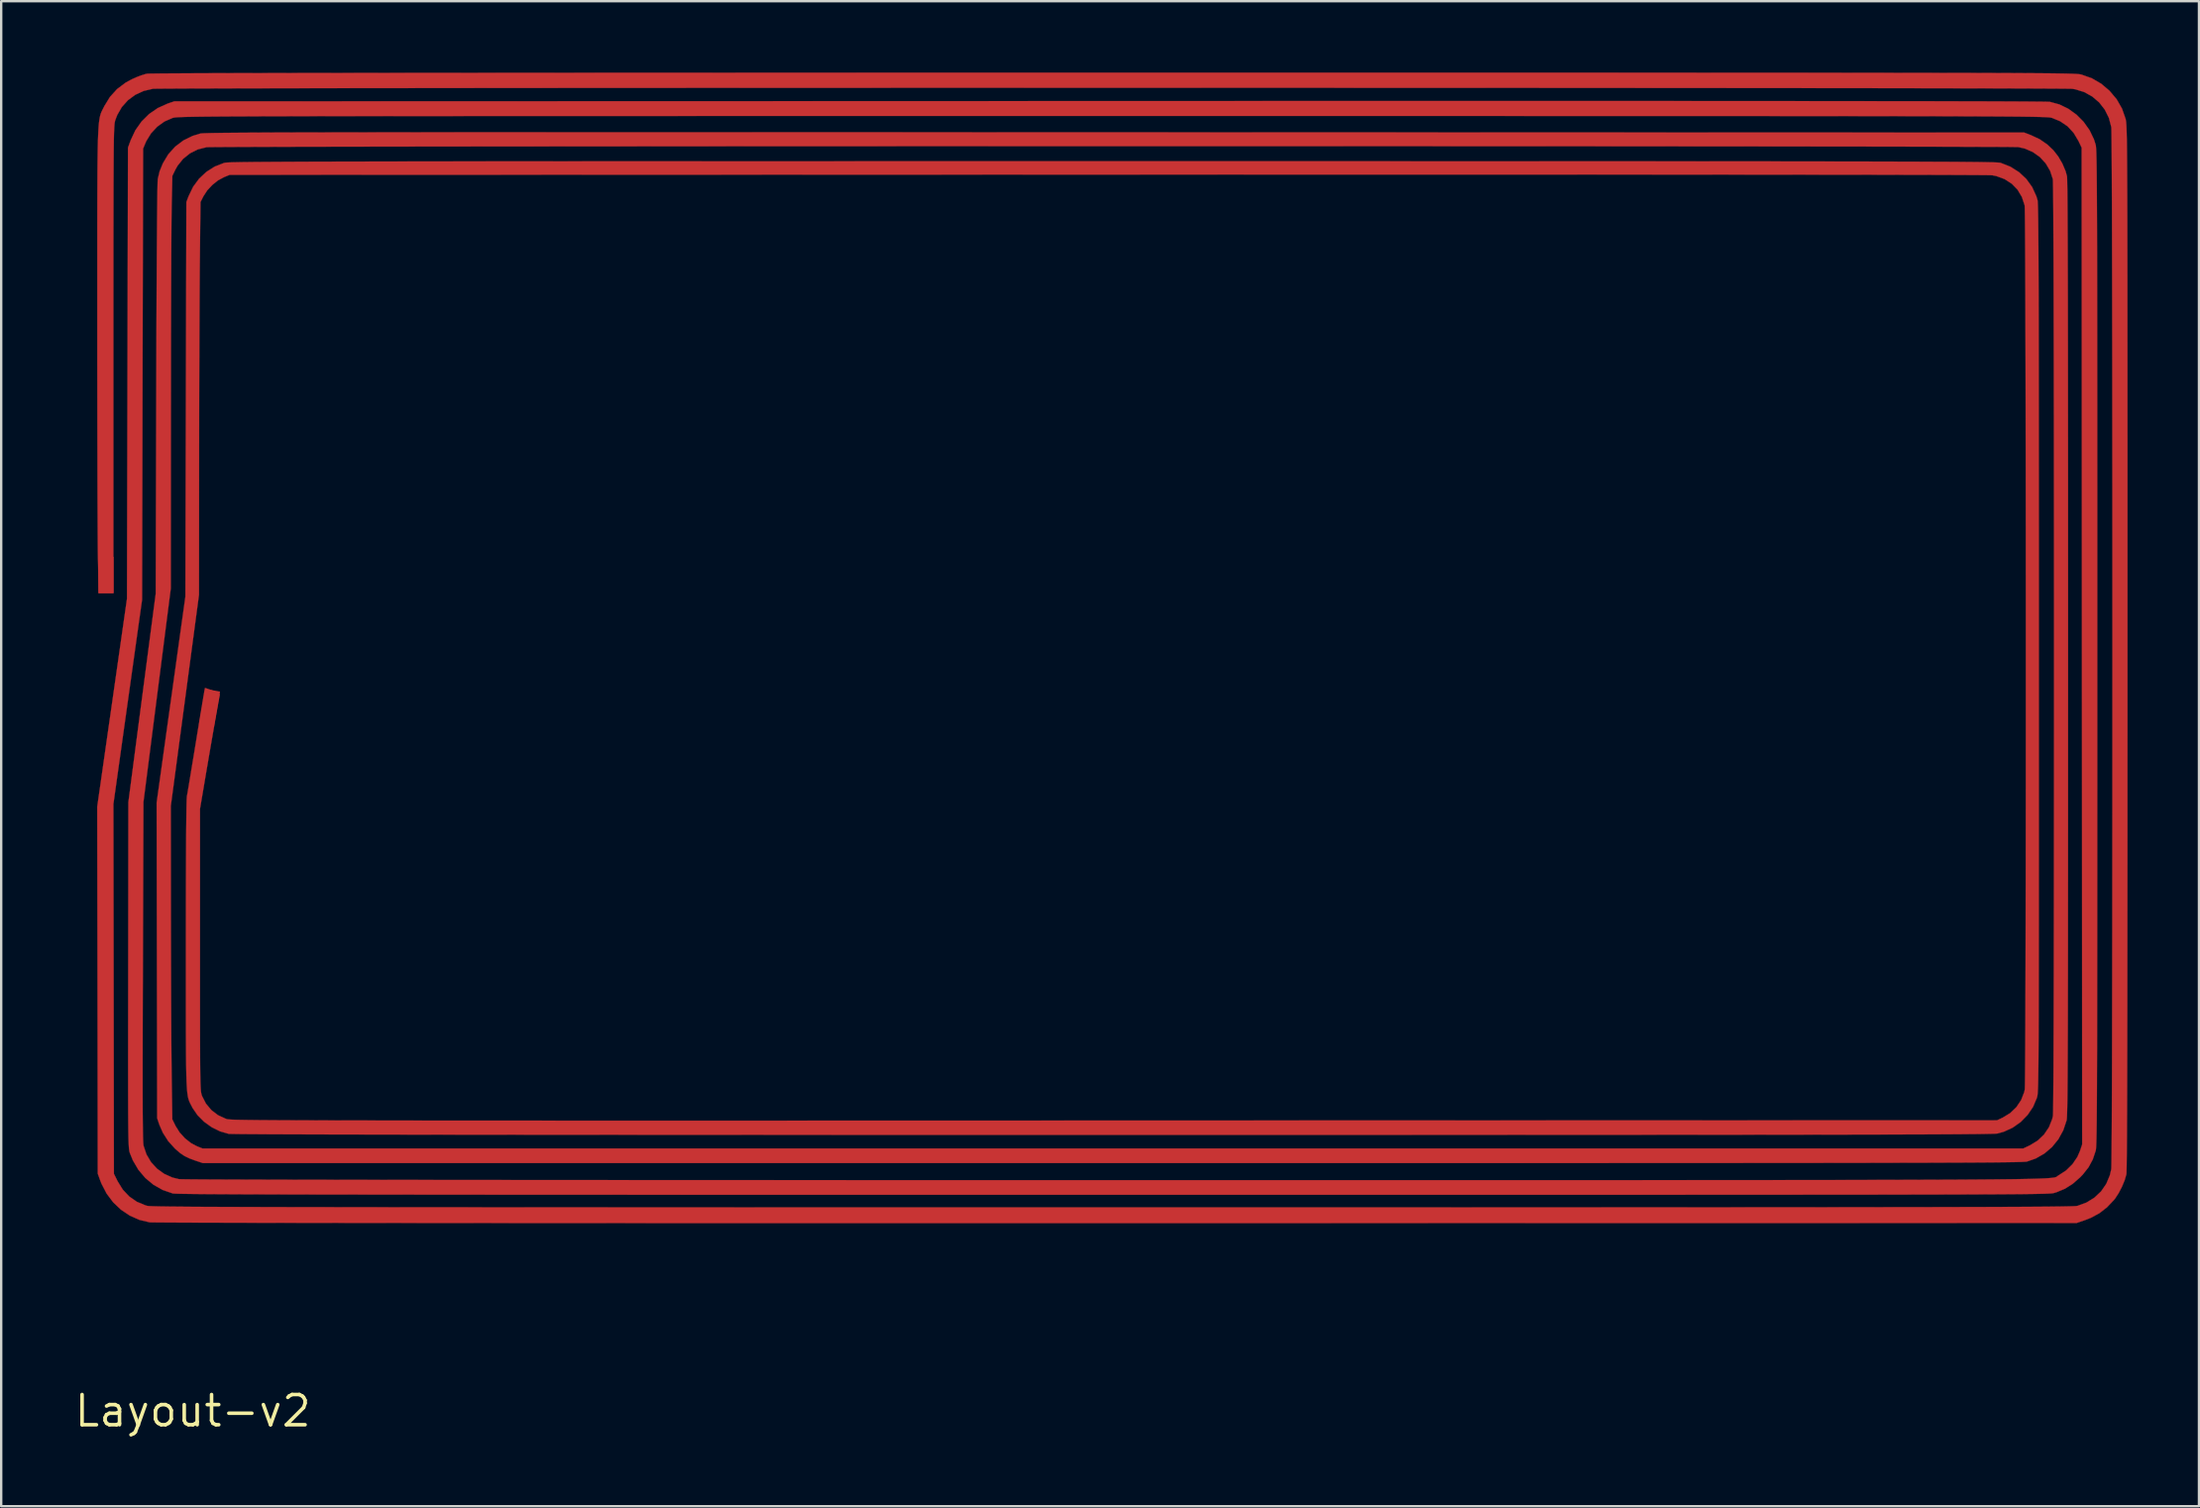
<source format=kicad_pcb>
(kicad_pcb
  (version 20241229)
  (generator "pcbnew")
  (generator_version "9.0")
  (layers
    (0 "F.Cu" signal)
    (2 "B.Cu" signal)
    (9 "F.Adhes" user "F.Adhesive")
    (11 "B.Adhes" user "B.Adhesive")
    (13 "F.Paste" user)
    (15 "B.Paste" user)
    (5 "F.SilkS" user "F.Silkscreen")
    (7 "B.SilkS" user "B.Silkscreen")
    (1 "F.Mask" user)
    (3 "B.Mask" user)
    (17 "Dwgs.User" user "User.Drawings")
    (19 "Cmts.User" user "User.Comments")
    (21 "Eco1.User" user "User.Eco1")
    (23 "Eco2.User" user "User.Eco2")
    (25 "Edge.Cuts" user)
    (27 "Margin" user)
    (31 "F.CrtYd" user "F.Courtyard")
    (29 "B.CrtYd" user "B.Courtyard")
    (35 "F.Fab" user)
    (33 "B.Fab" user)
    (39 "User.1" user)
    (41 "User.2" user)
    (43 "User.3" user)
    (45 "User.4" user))
  (footprint "Layout-v2"
    (layer "F.Cu")
    (at 43.457 23.923)
    (property "Reference" "Layout-v2" (at -38.4 32.35 0) (layer "F.SilkS") (effects (font (size 1.27 1.27) (thickness 0.15))))
    (attr through_hole)
    (fp_poly (pts (xy 2.52 -23.918) (xy 4.659 -23.918) (xy 6.717 -23.918) (xy 8.695 -23.918) (xy 10.594 -23.918) (xy 12.417 -23.918) (xy 14.165 -23.918) (xy 15.839 -23.918) (xy 17.442 -23.918) (xy 18.974 -23.918) (xy 20.437 -23.918) (xy 21.834 -23.917) (xy 23.164 -23.917) (xy 24.431 -23.917) (xy 25.636 -23.916) (xy 26.78 -23.916) (xy 27.864 -23.916) (xy 28.891 -23.915) (xy 29.863 -23.914) (xy 30.779 -23.914) (xy 31.644 -23.913) (xy 32.457 -23.912) (xy 33.22 -23.911) (xy 33.935 -23.91) (xy 34.605 -23.909) (xy 35.229 -23.908) (xy 35.81 -23.907) (xy 36.35 -23.906) (xy 36.849 -23.905) (xy 37.31 -23.903) (xy 37.735 -23.902) (xy 38.124 -23.9) (xy 38.48 -23.898) (xy 38.803 -23.896) (xy 39.096 -23.894) (xy 39.361 -23.892) (xy 39.598 -23.89) (xy 39.81 -23.888) (xy 39.997 -23.885) (xy 40.162 -23.882) (xy 40.307 -23.88) (xy 40.432 -23.877) (xy 40.539 -23.874) (xy 40.63 -23.871) (xy 40.707 -23.867) (xy 40.771 -23.864) (xy 40.824 -23.86) (xy 40.867 -23.856) (xy 40.903 -23.852) (xy 40.931 -23.848) (xy 40.955 -23.844) (xy 40.975 -23.84) (xy 40.994 -23.835) (xy 40.999 -23.834) (xy 41.429 -23.681) (xy 41.822 -23.452) (xy 42.167 -23.16) (xy 42.47 -22.801) (xy 42.696 -22.406) (xy 42.841 -21.992) (xy 42.848 -21.967) (xy 42.854 -21.94) (xy 42.859 -21.91) (xy 42.865 -21.873) (xy 42.87 -21.829) (xy 42.874 -21.775) (xy 42.879 -21.708) (xy 42.883 -21.626) (xy 42.887 -21.528) (xy 42.891 -21.411) (xy 42.894 -21.273) (xy 42.898 -21.112) (xy 42.901 -20.925) (xy 42.903 -20.71) (xy 42.906 -20.466) (xy 42.908 -20.189) (xy 42.91 -19.878) (xy 42.912 -19.531) (xy 42.914 -19.146) (xy 42.916 -18.719) (xy 42.917 -18.25) (xy 42.919 -17.736) (xy 42.92 -17.174) (xy 42.921 -16.563) (xy 42.922 -15.9) (xy 42.923 -15.184) (xy 42.923 -14.411) (xy 42.924 -13.58) (xy 42.924 -12.689) (xy 42.925 -11.735) (xy 42.925 -10.717) (xy 42.925 -9.631) (xy 42.926 -8.477) (xy 42.926 -7.251) (xy 42.926 -5.952) (xy 42.926 -4.577) (xy 42.926 -3.125) (xy 42.926 -1.592) (xy 42.926 0.023) (xy 42.926 0.259) (xy 42.926 2.023) (xy 42.926 3.703) (xy 42.925 5.302) (xy 42.925 6.82) (xy 42.925 8.258) (xy 42.924 9.618) (xy 42.923 10.901) (xy 42.922 12.109) (xy 42.921 13.242) (xy 42.92 14.302) (xy 42.919 15.29) (xy 42.917 16.208) (xy 42.916 17.057) (xy 42.914 17.838) (xy 42.912 18.553) (xy 42.91 19.202) (xy 42.908 19.787) (xy 42.905 20.31) (xy 42.903 20.771) (xy 42.9 21.172) (xy 42.897 21.514) (xy 42.894 21.799) (xy 42.891 22.028) (xy 42.888 22.201) (xy 42.884 22.321) (xy 42.881 22.389) (xy 42.879 22.403) (xy 42.806 22.653) (xy 42.691 22.928) (xy 42.552 23.195) (xy 42.405 23.421) (xy 42.363 23.473) (xy 42.063 23.789) (xy 41.747 24.035) (xy 41.393 24.227) (xy 41.127 24.331) (xy 40.788 24.448) (xy 0.423 24.453) (xy -1.756 24.453) (xy -3.888 24.453) (xy -5.971 24.453) (xy -8.005 24.453) (xy -9.988 24.453) (xy -11.918 24.453) (xy -13.796 24.453) (xy -15.62 24.453) (xy -17.388 24.452) (xy -19.099 24.452) (xy -20.753 24.451) (xy -22.347 24.45) (xy -23.882 24.45) (xy -25.356 24.449) (xy -26.767 24.448) (xy -28.115 24.447) (xy -29.398 24.446) (xy -30.616 24.445) (xy -31.766 24.444) (xy -32.848 24.442) (xy -33.862 24.441) (xy -34.804 24.44) (xy -35.676 24.438) (xy -36.474 24.437) (xy -37.199 24.435) (xy -37.849 24.433) (xy -38.422 24.432) (xy -38.919 24.43) (xy -39.337 24.428) (xy -39.675 24.426) (xy -39.933 24.424) (xy -40.108 24.422) (xy -40.201 24.42) (xy -40.215 24.419) (xy -40.648 24.316) (xy -41.053 24.136) (xy -41.423 23.888) (xy -41.75 23.577) (xy -42.025 23.21) (xy -42.241 22.794) (xy -42.298 22.648) (xy -42.397 22.373) (xy -42.408 14.659) (xy -42.42 6.945) (xy -41.794 2.573) (xy -41.169 -1.799) (xy -41.127 -20.765) (xy -41.013 -21.077) (xy -40.818 -21.493) (xy -40.558 -21.862) (xy -40.24 -22.178) (xy -39.872 -22.431) (xy -39.463 -22.615) (xy -39.458 -22.617) (xy -39.179 -22.712) (xy 0.106 -22.724) (xy 2.503 -22.724) (xy 4.816 -22.725) (xy 7.046 -22.726) (xy 9.194 -22.726) (xy 11.261 -22.726) (xy 13.247 -22.726) (xy 15.154 -22.727) (xy 16.982 -22.727) (xy 18.732 -22.727) (xy 20.405 -22.726) (xy 22.002 -22.726) (xy 23.524 -22.726) (xy 24.971 -22.725) (xy 26.344 -22.725) (xy 27.644 -22.724) (xy 28.873 -22.723) (xy 30.03 -22.722) (xy 31.118 -22.721) (xy 32.135 -22.72) (xy 33.085 -22.719) (xy 33.966 -22.718) (xy 34.781 -22.717) (xy 35.529 -22.715) (xy 36.212 -22.713) (xy 36.831 -22.712) (xy 37.387 -22.71) (xy 37.88 -22.708) (xy 38.311 -22.706) (xy 38.681 -22.704) (xy 38.991 -22.701) (xy 39.242 -22.699) (xy 39.434 -22.697) (xy 39.569 -22.694) (xy 39.647 -22.691) (xy 39.666 -22.69) (xy 40.063 -22.582) (xy 40.438 -22.4) (xy 40.781 -22.153) (xy 41.081 -21.851) (xy 41.329 -21.503) (xy 41.514 -21.12) (xy 41.589 -20.885) (xy 41.594 -20.86) (xy 41.599 -20.824) (xy 41.603 -20.775) (xy 41.608 -20.711) (xy 41.612 -20.629) (xy 41.616 -20.527) (xy 41.619 -20.403) (xy 41.623 -20.256) (xy 41.626 -20.082) (xy 41.629 -19.879) (xy 41.632 -19.646) (xy 41.634 -19.38) (xy 41.637 -19.08) (xy 41.639 -18.741) (xy 41.641 -18.364) (xy 41.643 -17.945) (xy 41.645 -17.482) (xy 41.646 -16.973) (xy 41.648 -16.416) (xy 41.649 -15.808) (xy 41.65 -15.148) (xy 41.651 -14.434) (xy 41.652 -13.662) (xy 41.653 -12.831) (xy 41.653 -11.939) (xy 41.654 -10.983) (xy 41.655 -9.962) (xy 41.655 -8.872) (xy 41.655 -7.713) (xy 41.656 -6.481) (xy 41.656 -5.175) (xy 41.656 -3.792) (xy 41.656 -2.331) (xy 41.656 -0.788) (xy 41.656 0.262) (xy 41.656 1.863) (xy 41.656 3.382) (xy 41.656 4.82) (xy 41.656 6.18) (xy 41.655 7.464) (xy 41.655 8.674) (xy 41.655 9.813) (xy 41.654 10.882) (xy 41.654 11.884) (xy 41.653 12.821) (xy 41.652 13.695) (xy 41.651 14.508) (xy 41.65 15.262) (xy 41.649 15.96) (xy 41.648 16.604) (xy 41.647 17.195) (xy 41.645 17.737) (xy 41.643 18.23) (xy 41.642 18.679) (xy 41.64 19.083) (xy 41.638 19.447) (xy 41.635 19.771) (xy 41.633 20.059) (xy 41.63 20.311) (xy 41.627 20.531) (xy 41.624 20.721) (xy 41.621 20.882) (xy 41.617 21.018) (xy 41.613 21.129) (xy 41.609 21.219) (xy 41.605 21.289) (xy 41.601 21.342) (xy 41.596 21.379) (xy 41.592 21.401) (xy 41.467 21.774) (xy 41.291 22.102) (xy 41.048 22.41) (xy 40.94 22.523) (xy 40.623 22.801) (xy 40.297 23.007) (xy 39.944 23.154) (xy 39.831 23.187) (xy 39.813 23.192) (xy 39.79 23.196) (xy 39.76 23.2) (xy 39.721 23.203) (xy 39.672 23.207) (xy 39.61 23.21) (xy 39.536 23.213) (xy 39.446 23.217) (xy 39.339 23.22) (xy 39.214 23.222) (xy 39.069 23.225) (xy 38.902 23.228) (xy 38.712 23.23) (xy 38.497 23.233) (xy 38.256 23.235) (xy 37.987 23.237) (xy 37.688 23.239) (xy 37.358 23.241) (xy 36.995 23.243) (xy 36.597 23.244) (xy 36.163 23.246) (xy 35.692 23.247) (xy 35.181 23.249) (xy 34.63 23.25) (xy 34.036 23.251) (xy 33.398 23.253) (xy 32.714 23.254) (xy 31.982 23.255) (xy 31.202 23.255) (xy 30.371 23.256) (xy 29.488 23.257) (xy 28.551 23.258) (xy 27.558 23.258) (xy 26.509 23.259) (xy 25.401 23.259) (xy 24.233 23.26) (xy 23.003 23.26) (xy 21.709 23.261) (xy 20.35 23.261) (xy 18.925 23.261) (xy 17.431 23.261) (xy 15.868 23.262) (xy 14.233 23.262) (xy 12.524 23.262) (xy 10.741 23.262) (xy 8.882 23.262) (xy 6.945 23.262) (xy 4.928 23.262) (xy 2.83 23.262) (xy 0.649 23.262) (xy 0.275 23.262) (xy -1.962 23.262) (xy -4.115 23.262) (xy -6.187 23.262) (xy -8.179 23.262) (xy -10.092 23.262) (xy -11.928 23.262) (xy -13.688 23.261) (xy -15.374 23.261) (xy -16.987 23.261) (xy -18.529 23.26) (xy -20.001 23.26) (xy -21.405 23.259) (xy -22.743 23.259) (xy -24.015 23.258) (xy -25.223 23.258) (xy -26.369 23.257) (xy -27.454 23.256) (xy -28.48 23.255) (xy -29.449 23.254) (xy -30.361 23.253) (xy -31.218 23.252) (xy -32.022 23.251) (xy -32.774 23.25) (xy -33.475 23.249) (xy -34.128 23.247) (xy -34.734 23.246) (xy -35.294 23.244) (xy -35.809 23.243) (xy -36.282 23.241) (xy -36.713 23.239) (xy -37.105 23.237) (xy -37.458 23.235) (xy -37.774 23.233) (xy -38.055 23.231) (xy -38.302 23.228) (xy -38.517 23.226) (xy -38.701 23.223) (xy -38.855 23.221) (xy -38.981 23.218) (xy -39.081 23.215) (xy -39.157 23.212) (xy -39.208 23.209) (xy -39.238 23.206) (xy -39.243 23.205) (xy -39.669 23.058) (xy -40.057 22.838) (xy -40.4 22.553) (xy -40.691 22.208) (xy -40.924 21.81) (xy -41.048 21.505) (xy -41.058 21.474) (xy -41.067 21.437) (xy -41.075 21.393) (xy -41.083 21.336) (xy -41.089 21.263) (xy -41.095 21.171) (xy -41.1 21.054) (xy -41.105 20.911) (xy -41.109 20.735) (xy -41.112 20.525) (xy -41.115 20.275) (xy -41.117 19.983) (xy -41.119 19.643) (xy -41.12 19.253) (xy -41.121 18.808) (xy -41.121 18.305) (xy -41.122 17.74) (xy -41.121 17.109) (xy -41.121 16.408) (xy -41.12 15.633) (xy -41.119 14.78) (xy -41.118 14.012) (xy -41.11 6.752) (xy -40.536 2.371) (xy -39.961 -2.011) (xy -39.938 -10.583) (xy -39.935 -11.584) (xy -39.932 -12.538) (xy -39.929 -13.441) (xy -39.925 -14.293) (xy -39.921 -15.089) (xy -39.917 -15.827) (xy -39.913 -16.505) (xy -39.908 -17.119) (xy -39.904 -17.668) (xy -39.899 -18.149) (xy -39.894 -18.56) (xy -39.89 -18.896) (xy -39.885 -19.157) (xy -39.88 -19.338) (xy -39.875 -19.439) (xy -39.873 -19.452) (xy -39.796 -19.774) (xy -39.659 -20.108) (xy -39.432 -20.485) (xy -39.143 -20.806) (xy -38.801 -21.066) (xy -38.41 -21.258) (xy -38.09 -21.356) (xy -38.068 -21.36) (xy -38.034 -21.363) (xy -37.986 -21.367) (xy -37.923 -21.37) (xy -37.842 -21.373) (xy -37.743 -21.376) (xy -37.624 -21.379) (xy -37.482 -21.382) (xy -37.318 -21.384) (xy -37.128 -21.387) (xy -36.911 -21.389) (xy -36.666 -21.391) (xy -36.392 -21.393) (xy -36.086 -21.395) (xy -35.746 -21.397) (xy -35.372 -21.399) (xy -34.962 -21.401) (xy -34.514 -21.402) (xy -34.026 -21.404) (xy -33.498 -21.405) (xy -32.926 -21.406) (xy -32.311 -21.407) (xy -31.649 -21.408) (xy -30.94 -21.409) (xy -30.182 -21.41) (xy -29.373 -21.411) (xy -28.512 -21.412) (xy -27.597 -21.412) (xy -26.627 -21.413) (xy -25.599 -21.413) (xy -24.513 -21.413) (xy -23.366 -21.414) (xy -22.158 -21.414) (xy -20.886 -21.414) (xy -19.549 -21.414) (xy -18.145 -21.414) (xy -16.673 -21.414) (xy -15.13 -21.414) (xy -13.517 -21.413) (xy -11.83 -21.413) (xy -10.069 -21.413) (xy -8.231 -21.412) (xy -6.315 -21.412) (xy -4.32 -21.411) (xy -2.244 -21.411) (xy -0.085 -21.41) (xy 0.388 -21.41) (xy 38.587 -21.399) (xy 38.87 -21.289) (xy 39.24 -21.115) (xy 39.556 -20.897) (xy 39.812 -20.654) (xy 40.012 -20.397) (xy 40.188 -20.096) (xy 40.321 -19.784) (xy 40.382 -19.566) (xy 40.386 -19.519) (xy 40.39 -19.416) (xy 40.393 -19.257) (xy 40.397 -19.038) (xy 40.4 -18.761) (xy 40.403 -18.423) (xy 40.406 -18.023) (xy 40.408 -17.56) (xy 40.411 -17.032) (xy 40.413 -16.439) (xy 40.415 -15.779) (xy 40.417 -15.051) (xy 40.419 -14.254) (xy 40.42 -13.386) (xy 40.422 -12.446) (xy 40.423 -11.434) (xy 40.424 -10.347) (xy 40.425 -9.185) (xy 40.426 -7.946) (xy 40.427 -6.629) (xy 40.427 -5.233) (xy 40.427 -3.757) (xy 40.428 -2.199) (xy 40.428 -0.559) (xy 40.428 0.267) (xy 40.428 1.827) (xy 40.427 3.305) (xy 40.427 4.703) (xy 40.427 6.023) (xy 40.427 7.267) (xy 40.426 8.437) (xy 40.426 9.535) (xy 40.425 10.564) (xy 40.424 11.526) (xy 40.424 12.423) (xy 40.423 13.257) (xy 40.422 14.031) (xy 40.42 14.746) (xy 40.419 15.405) (xy 40.418 16.01) (xy 40.416 16.563) (xy 40.414 17.066) (xy 40.412 17.522) (xy 40.41 17.932) (xy 40.408 18.299) (xy 40.405 18.626) (xy 40.403 18.913) (xy 40.4 19.164) (xy 40.397 19.381) (xy 40.394 19.565) (xy 40.39 19.72) (xy 40.386 19.846) (xy 40.382 19.947) (xy 40.378 20.025) (xy 40.374 20.081) (xy 40.369 20.118) (xy 40.367 20.13) (xy 40.227 20.548) (xy 40.02 20.926) (xy 39.753 21.255) (xy 39.433 21.527) (xy 39.068 21.736) (xy 38.708 21.862) (xy 38.688 21.866) (xy 38.657 21.87) (xy 38.613 21.873) (xy 38.556 21.876) (xy 38.482 21.88) (xy 38.392 21.883) (xy 38.282 21.886) (xy 38.152 21.889) (xy 38 21.891) (xy 37.824 21.894) (xy 37.622 21.896) (xy 37.393 21.899) (xy 37.136 21.901) (xy 36.849 21.903) (xy 36.53 21.905) (xy 36.177 21.907) (xy 35.789 21.909) (xy 35.365 21.91) (xy 34.903 21.912) (xy 34.4 21.914) (xy 33.856 21.915) (xy 33.269 21.916) (xy 32.637 21.917) (xy 31.959 21.919) (xy 31.233 21.92) (xy 30.458 21.921) (xy 29.631 21.922) (xy 28.752 21.923) (xy 27.818 21.923) (xy 26.828 21.924) (xy 25.781 21.925) (xy 24.675 21.925) (xy 23.508 21.926) (xy 22.278 21.926) (xy 20.984 21.927) (xy 19.625 21.927) (xy 18.199 21.927) (xy 16.703 21.928) (xy 15.138 21.928) (xy 13.5 21.928) (xy 11.788 21.928) (xy 10.002 21.928) (xy 8.138 21.929) (xy 6.196 21.929) (xy 4.174 21.929) (xy 2.07 21.929) (xy 0.234 21.929) (xy -37.979 21.929) (xy -38.304 21.82) (xy -38.555 21.727) (xy -38.754 21.629) (xy -38.934 21.507) (xy -39.127 21.341) (xy -39.154 21.316) (xy -39.433 21.008) (xy -39.659 20.655) (xy -39.805 20.323) (xy -39.899 20.045) (xy -39.911 13.411) (xy -39.922 6.776) (xy -38.714 -1.884) (xy -38.693 -10.181) (xy -38.672 -18.479) (xy -38.576 -18.731) (xy -38.388 -19.119) (xy -38.137 -19.46) (xy -37.832 -19.746) (xy -37.482 -19.968) (xy -37.097 -20.119) (xy -37.061 -20.128) (xy -37.041 -20.132) (xy -37.008 -20.136) (xy -36.961 -20.139) (xy -36.899 -20.142) (xy -36.819 -20.145) (xy -36.72 -20.149) (xy -36.601 -20.151) (xy -36.46 -20.154) (xy -36.295 -20.157) (xy -36.104 -20.159) (xy -35.886 -20.162) (xy -35.64 -20.164) (xy -35.364 -20.166) (xy -35.055 -20.168) (xy -34.713 -20.17) (xy -34.336 -20.172) (xy -33.922 -20.174) (xy -33.47 -20.176) (xy -32.978 -20.177) (xy -32.444 -20.179) (xy -31.867 -20.18) (xy -31.245 -20.181) (xy -30.576 -20.183) (xy -29.86 -20.184) (xy -29.093 -20.185) (xy -28.275 -20.186) (xy -27.404 -20.187) (xy -26.479 -20.187) (xy -25.497 -20.188) (xy -24.458 -20.189) (xy -23.359 -20.189) (xy -22.198 -20.19) (xy -20.976 -20.191) (xy -19.688 -20.191) (xy -18.335 -20.191) (xy -16.914 -20.192) (xy -15.424 -20.192) (xy -13.863 -20.192) (xy -12.229 -20.192) (xy -10.522 -20.193) (xy -8.738 -20.193) (xy -6.878 -20.193) (xy -4.938 -20.193) (xy -2.918 -20.193) (xy -0.815 -20.193) (xy 0.276 -20.193) (xy 2.414 -20.193) (xy 4.469 -20.193) (xy 6.443 -20.193) (xy 8.337 -20.193) (xy 10.152 -20.193) (xy 11.892 -20.193) (xy 13.556 -20.192) (xy 15.147 -20.192) (xy 16.667 -20.192) (xy 18.117 -20.192) (xy 19.498 -20.191) (xy 20.813 -20.191) (xy 22.063 -20.191) (xy 23.249 -20.19) (xy 24.374 -20.19) (xy 25.439 -20.189) (xy 26.445 -20.188) (xy 27.395 -20.188) (xy 28.289 -20.187) (xy 29.13 -20.186) (xy 29.919 -20.185) (xy 30.658 -20.184) (xy 31.348 -20.183) (xy 31.991 -20.182) (xy 32.589 -20.18) (xy 33.143 -20.179) (xy 33.656 -20.177) (xy 34.127 -20.176) (xy 34.56 -20.174) (xy 34.956 -20.172) (xy 35.317 -20.171) (xy 35.643 -20.169) (xy 35.938 -20.167) (xy 36.202 -20.164) (xy 36.437 -20.162) (xy 36.644 -20.16) (xy 36.826 -20.157) (xy 36.985 -20.154) (xy 37.12 -20.151) (xy 37.235 -20.149) (xy 37.331 -20.145) (xy 37.41 -20.142) (xy 37.472 -20.139) (xy 37.521 -20.135) (xy 37.557 -20.132) (xy 37.582 -20.128) (xy 37.595 -20.125) (xy 38.006 -19.962) (xy 38.367 -19.734) (xy 38.673 -19.448) (xy 38.917 -19.11) (xy 39.094 -18.724) (xy 39.143 -18.563) (xy 39.148 -18.534) (xy 39.152 -18.481) (xy 39.156 -18.402) (xy 39.16 -18.295) (xy 39.164 -18.158) (xy 39.167 -17.988) (xy 39.171 -17.783) (xy 39.174 -17.542) (xy 39.177 -17.262) (xy 39.179 -16.941) (xy 39.182 -16.577) (xy 39.184 -16.167) (xy 39.186 -15.71) (xy 39.188 -15.203) (xy 39.19 -14.645) (xy 39.191 -14.032) (xy 39.193 -13.364) (xy 39.194 -12.637) (xy 39.195 -11.85) (xy 39.196 -11) (xy 39.197 -10.086) (xy 39.198 -9.104) (xy 39.198 -8.054) (xy 39.199 -6.933) (xy 39.199 -5.738) (xy 39.2 -4.468) (xy 39.2 -3.12) (xy 39.2 -1.693) (xy 39.2 -0.184) (xy 39.2 0.281) (xy 39.2 1.778) (xy 39.2 3.192) (xy 39.2 4.526) (xy 39.2 5.783) (xy 39.2 6.965) (xy 39.2 8.073) (xy 39.2 9.111) (xy 39.199 10.081) (xy 39.199 10.986) (xy 39.199 11.827) (xy 39.198 12.606) (xy 39.197 13.328) (xy 39.196 13.993) (xy 39.195 14.604) (xy 39.194 15.163) (xy 39.193 15.673) (xy 39.191 16.137) (xy 39.19 16.556) (xy 39.188 16.932) (xy 39.186 17.269) (xy 39.184 17.569) (xy 39.181 17.834) (xy 39.178 18.066) (xy 39.175 18.267) (xy 39.172 18.441) (xy 39.169 18.589) (xy 39.165 18.715) (xy 39.161 18.819) (xy 39.156 18.904) (xy 39.152 18.974) (xy 39.147 19.03) (xy 39.142 19.074) (xy 39.136 19.11) (xy 39.13 19.139) (xy 39.123 19.163) (xy 39.117 19.186) (xy 39.117 19.186) (xy 38.957 19.564) (xy 38.728 19.904) (xy 38.44 20.199) (xy 38.103 20.437) (xy 37.728 20.61) (xy 37.47 20.682) (xy 37.445 20.686) (xy 37.401 20.689) (xy 37.337 20.692) (xy 37.252 20.696) (xy 37.143 20.698) (xy 37.01 20.701) (xy 36.85 20.704) (xy 36.663 20.707) (xy 36.446 20.709) (xy 36.198 20.711) (xy 35.917 20.714) (xy 35.602 20.716) (xy 35.252 20.718) (xy 34.864 20.72) (xy 34.437 20.722) (xy 33.969 20.723) (xy 33.46 20.725) (xy 32.907 20.727) (xy 32.308 20.728) (xy 31.663 20.729) (xy 30.969 20.731) (xy 30.226 20.732) (xy 29.431 20.733) (xy 28.582 20.734) (xy 27.68 20.735) (xy 26.72 20.736) (xy 25.703 20.737) (xy 24.627 20.738) (xy 23.489 20.738) (xy 22.289 20.739) (xy 21.025 20.739) (xy 19.695 20.74) (xy 18.297 20.74) (xy 16.831 20.741) (xy 15.295 20.741) (xy 13.686 20.741) (xy 12.003 20.742) (xy 10.246 20.742) (xy 8.411 20.742) (xy 6.499 20.742) (xy 4.506 20.742) (xy 2.432 20.743) (xy 0.275 20.743) (xy 0.272 20.743) (xy -2.066 20.743) (xy -4.321 20.743) (xy -6.493 20.742) (xy -8.582 20.742) (xy -10.59 20.742) (xy -12.517 20.741) (xy -14.365 20.741) (xy -16.133 20.74) (xy -17.822 20.74) (xy -19.434 20.739) (xy -20.969 20.738) (xy -22.429 20.737) (xy -23.813 20.737) (xy -25.122 20.735) (xy -26.358 20.734) (xy -27.521 20.733) (xy -28.611 20.732) (xy -29.631 20.73) (xy -30.58 20.729) (xy -31.459 20.727) (xy -32.269 20.726) (xy -33.011 20.724) (xy -33.686 20.722) (xy -34.294 20.72) (xy -34.836 20.718) (xy -35.313 20.716) (xy -35.726 20.713) (xy -36.075 20.711) (xy -36.362 20.709) (xy -36.586 20.706) (xy -36.75 20.703) (xy -36.853 20.701) (xy -36.896 20.698) (xy -37.259 20.593) (xy -37.608 20.42) (xy -37.929 20.19) (xy -38.202 19.916) (xy -38.412 19.61) (xy -38.434 19.567) (xy -38.469 19.499) (xy -38.501 19.438) (xy -38.529 19.38) (xy -38.555 19.32) (xy -38.578 19.254) (xy -38.598 19.178) (xy -38.616 19.087) (xy -38.631 18.978) (xy -38.644 18.845) (xy -38.655 18.685) (xy -38.665 18.493) (xy -38.672 18.265) (xy -38.678 17.997) (xy -38.683 17.684) (xy -38.687 17.322) (xy -38.689 16.907) (xy -38.691 16.434) (xy -38.692 15.9) (xy -38.693 15.299) (xy -38.693 14.628) (xy -38.693 13.883) (xy -38.693 13.058) (xy -38.693 12.783) (xy -38.692 11.89) (xy -38.691 11.057) (xy -38.69 10.287) (xy -38.688 9.583) (xy -38.685 8.945) (xy -38.682 8.377) (xy -38.679 7.879) (xy -38.674 7.456) (xy -38.67 7.107) (xy -38.665 6.836) (xy -38.659 6.645) (xy -38.653 6.536) (xy -38.651 6.516) (xy -38.636 6.429) (xy -38.608 6.267) (xy -38.57 6.041) (xy -38.523 5.758) (xy -38.469 5.428) (xy -38.408 5.06) (xy -38.342 4.664) (xy -38.274 4.249) (xy -38.268 4.212) (xy -38.201 3.801) (xy -38.137 3.413) (xy -38.078 3.057) (xy -38.025 2.741) (xy -37.981 2.474) (xy -37.946 2.264) (xy -37.921 2.119) (xy -37.908 2.048) (xy -37.908 2.044) (xy -37.888 1.951) (xy -37.573 2.062) (xy -37.416 2.119) (xy -37.324 2.162) (xy -37.281 2.202) (xy -37.273 2.249) (xy -37.278 2.282) (xy -37.342 2.64) (xy -37.418 3.064) (xy -37.501 3.535) (xy -37.588 4.036) (xy -37.677 4.549) (xy -37.764 5.056) (xy -37.847 5.539) (xy -37.868 5.666) (xy -38.1 7.036) (xy -38.1 12.957) (xy -38.1 13.782) (xy -38.1 14.528) (xy -38.1 15.197) (xy -38.099 15.794) (xy -38.099 16.324) (xy -38.098 16.791) (xy -38.096 17.199) (xy -38.095 17.552) (xy -38.092 17.855) (xy -38.089 18.112) (xy -38.086 18.328) (xy -38.082 18.506) (xy -38.077 18.651) (xy -38.071 18.767) (xy -38.065 18.858) (xy -38.057 18.93) (xy -38.049 18.985) (xy -38.039 19.029) (xy -38.029 19.066) (xy -38.017 19.1) (xy -38.012 19.112) (xy -37.849 19.43) (xy -37.621 19.702) (xy -37.338 19.918) (xy -37.011 20.067) (xy -36.956 20.084) (xy -36.938 20.088) (xy -36.909 20.091) (xy -36.868 20.095) (xy -36.813 20.098) (xy -36.743 20.102) (xy -36.656 20.105) (xy -36.551 20.108) (xy -36.425 20.111) (xy -36.277 20.113) (xy -36.106 20.116) (xy -35.909 20.118) (xy -35.686 20.121) (xy -35.434 20.123) (xy -35.153 20.125) (xy -34.839 20.127) (xy -34.492 20.129) (xy -34.11 20.13) (xy -33.692 20.132) (xy -33.235 20.133) (xy -32.739 20.135) (xy -32.201 20.136) (xy -31.619 20.137) (xy -30.993 20.138) (xy -30.321 20.139) (xy -29.6 20.14) (xy -28.83 20.141) (xy -28.009 20.142) (xy -27.134 20.142) (xy -26.205 20.143) (xy -25.22 20.143) (xy -24.176 20.143) (xy -23.074 20.144) (xy -21.91 20.144) (xy -20.683 20.144) (xy -19.392 20.144) (xy -18.035 20.144) (xy -16.61 20.144) (xy -15.116 20.144) (xy -13.551 20.144) (xy -11.913 20.143) (xy -10.202 20.143) (xy -8.414 20.143) (xy -6.549 20.142) (xy -4.604 20.142) (xy -2.579 20.141) (xy -0.471 20.14) (xy 0.36 20.14) (xy 37.444 20.13) (xy 37.686 20.016) (xy 37.996 19.826) (xy 38.256 19.577) (xy 38.455 19.28) (xy 38.584 18.948) (xy 38.607 18.843) (xy 38.611 18.781) (xy 38.615 18.638) (xy 38.618 18.417) (xy 38.621 18.122) (xy 38.624 17.755) (xy 38.627 17.321) (xy 38.63 16.822) (xy 38.633 16.261) (xy 38.635 15.643) (xy 38.637 14.97) (xy 38.639 14.246) (xy 38.641 13.475) (xy 38.643 12.658) (xy 38.645 11.801) (xy 38.646 10.906) (xy 38.648 9.976) (xy 38.649 9.015) (xy 38.65 8.027) (xy 38.651 7.013) (xy 38.652 5.979) (xy 38.652 4.927) (xy 38.653 3.861) (xy 38.653 2.783) (xy 38.653 1.698) (xy 38.653 0.608) (xy 38.653 -0.483) (xy 38.653 -1.572) (xy 38.652 -2.655) (xy 38.651 -3.729) (xy 38.651 -4.791) (xy 38.65 -5.837) (xy 38.649 -6.864) (xy 38.648 -7.869) (xy 38.646 -8.848) (xy 38.645 -9.799) (xy 38.643 -10.717) (xy 38.641 -11.599) (xy 38.639 -12.443) (xy 38.637 -13.244) (xy 38.635 -13.999) (xy 38.633 -14.706) (xy 38.63 -15.36) (xy 38.628 -15.958) (xy 38.625 -16.498) (xy 38.622 -16.975) (xy 38.619 -17.386) (xy 38.616 -17.728) (xy 38.612 -17.998) (xy 38.609 -18.192) (xy 38.605 -18.307) (xy 38.603 -18.339) (xy 38.487 -18.691) (xy 38.305 -18.997) (xy 38.061 -19.249) (xy 37.763 -19.442) (xy 37.417 -19.569) (xy 37.244 -19.604) (xy 37.185 -19.606) (xy 37.043 -19.609) (xy 36.817 -19.611) (xy 36.509 -19.613) (xy 36.119 -19.615) (xy 35.648 -19.617) (xy 35.098 -19.619) (xy 34.467 -19.621) (xy 33.758 -19.622) (xy 32.971 -19.624) (xy 32.107 -19.626) (xy 31.166 -19.627) (xy 30.15 -19.628) (xy 29.058 -19.629) (xy 27.893 -19.63) (xy 26.654 -19.631) (xy 25.342 -19.632) (xy 23.958 -19.633) (xy 22.503 -19.634) (xy 20.978 -19.634) (xy 19.382 -19.635) (xy 17.718 -19.635) (xy 15.985 -19.635) (xy 14.185 -19.635) (xy 12.319 -19.635) (xy 10.386 -19.635) (xy 8.388 -19.635) (xy 6.325 -19.635) (xy 4.199 -19.634) (xy 2.009 -19.634) (xy 0.064 -19.633) (xy -36.851 -19.622) (xy -37.096 -19.523) (xy -37.344 -19.388) (xy -37.586 -19.194) (xy -37.799 -18.964) (xy -37.954 -18.725) (xy -38.079 -18.479) (xy -38.105 -16.171) (xy -38.109 -15.841) (xy -38.112 -15.434) (xy -38.115 -14.957) (xy -38.118 -14.418) (xy -38.121 -13.826) (xy -38.124 -13.186) (xy -38.127 -12.507) (xy -38.129 -11.797) (xy -38.131 -11.063) (xy -38.133 -10.313) (xy -38.135 -9.554) (xy -38.136 -8.793) (xy -38.137 -8.04) (xy -38.137 -7.916) (xy -38.142 -1.967) (xy -38.735 2.477) (xy -39.328 6.92) (xy -39.323 11.683) (xy -39.322 12.356) (xy -39.32 13.035) (xy -39.318 13.712) (xy -39.316 14.378) (xy -39.314 15.026) (xy -39.311 15.646) (xy -39.308 16.23) (xy -39.305 16.771) (xy -39.301 17.258) (xy -39.297 17.684) (xy -39.294 18.041) (xy -39.291 18.268) (xy -39.264 20.089) (xy -39.126 20.37) (xy -38.957 20.639) (xy -38.734 20.886) (xy -38.478 21.088) (xy -38.239 21.216) (xy -37.994 21.315) (xy 38.544 21.315) (xy 38.83 21.18) (xy 39.152 20.983) (xy 39.42 20.726) (xy 39.626 20.421) (xy 39.762 20.076) (xy 39.793 19.944) (xy 39.796 19.883) (xy 39.8 19.74) (xy 39.803 19.52) (xy 39.806 19.224) (xy 39.809 18.857) (xy 39.812 18.422) (xy 39.815 17.922) (xy 39.817 17.359) (xy 39.819 16.738) (xy 39.822 16.062) (xy 39.824 15.333) (xy 39.826 14.555) (xy 39.828 13.732) (xy 39.829 12.867) (xy 39.831 11.962) (xy 39.832 11.021) (xy 39.833 10.047) (xy 39.834 9.044) (xy 39.835 8.015) (xy 39.836 6.963) (xy 39.837 5.891) (xy 39.837 4.803) (xy 39.838 3.701) (xy 39.838 2.589) (xy 39.838 1.471) (xy 39.838 0.349) (xy 39.838 -0.773) (xy 39.838 -1.893) (xy 39.837 -3.006) (xy 39.837 -4.109) (xy 39.836 -5.2) (xy 39.835 -6.275) (xy 39.834 -7.331) (xy 39.833 -8.364) (xy 39.832 -9.372) (xy 39.83 -10.351) (xy 39.829 -11.298) (xy 39.827 -12.209) (xy 39.825 -13.081) (xy 39.823 -13.912) (xy 39.821 -14.698) (xy 39.819 -15.435) (xy 39.817 -16.121) (xy 39.814 -16.752) (xy 39.811 -17.324) (xy 39.809 -17.836) (xy 39.806 -18.283) (xy 39.803 -18.662) (xy 39.8 -18.97) (xy 39.796 -19.203) (xy 39.793 -19.359) (xy 39.789 -19.435) (xy 39.789 -19.439) (xy 39.674 -19.791) (xy 39.489 -20.104) (xy 39.244 -20.37) (xy 38.948 -20.581) (xy 38.611 -20.727) (xy 38.343 -20.788) (xy 38.286 -20.79) (xy 38.146 -20.792) (xy 37.926 -20.795) (xy 37.628 -20.797) (xy 37.255 -20.799) (xy 36.809 -20.8) (xy 36.292 -20.802) (xy 35.707 -20.804) (xy 35.056 -20.806) (xy 34.341 -20.807) (xy 33.564 -20.809) (xy 32.729 -20.81) (xy 31.836 -20.812) (xy 30.89 -20.813) (xy 29.891 -20.814) (xy 28.842 -20.816) (xy 27.745 -20.817) (xy 26.604 -20.818) (xy 25.419 -20.819) (xy 24.194 -20.82) (xy 22.931 -20.821) (xy 21.632 -20.822) (xy 20.299 -20.823) (xy 18.935 -20.823) (xy 17.543 -20.824) (xy 16.123 -20.825) (xy 14.679 -20.825) (xy 13.214 -20.826) (xy 11.728 -20.826) (xy 10.226 -20.826) (xy 8.708 -20.827) (xy 7.177 -20.827) (xy 5.637 -20.827) (xy 4.088 -20.827) (xy 2.533 -20.827) (xy 0.976 -20.827) (xy -0.583 -20.827) (xy -2.141 -20.827) (xy -3.695 -20.827) (xy -5.243 -20.826) (xy -6.783 -20.826) (xy -8.313 -20.826) (xy -9.829 -20.825) (xy -11.331 -20.825) (xy -12.815 -20.824) (xy -14.279 -20.824) (xy -15.721 -20.823) (xy -17.138 -20.822) (xy -18.529 -20.821) (xy -19.89 -20.82) (xy -21.22 -20.819) (xy -22.516 -20.818) (xy -23.777 -20.817) (xy -24.998 -20.816) (xy -26.179 -20.815) (xy -27.317 -20.814) (xy -28.41 -20.813) (xy -29.455 -20.811) (xy -30.45 -20.81) (xy -31.392 -20.808) (xy -32.28 -20.807) (xy -33.111 -20.805) (xy -33.883 -20.804) (xy -34.593 -20.802) (xy -35.239 -20.8) (xy -35.819 -20.798) (xy -36.33 -20.796) (xy -36.77 -20.794) (xy -37.137 -20.792) (xy -37.428 -20.79) (xy -37.642 -20.788) (xy -37.775 -20.786) (xy -37.825 -20.784) (xy -38.19 -20.691) (xy -38.522 -20.525) (xy -38.809 -20.295) (xy -39.041 -20.007) (xy -39.139 -19.833) (xy -39.262 -19.579) (xy -39.29 -18.352) (xy -39.293 -18.176) (xy -39.296 -17.921) (xy -39.299 -17.592) (xy -39.302 -17.195) (xy -39.305 -16.733) (xy -39.308 -16.213) (xy -39.31 -15.641) (xy -39.313 -15.02) (xy -39.315 -14.357) (xy -39.317 -13.656) (xy -39.319 -12.924) (xy -39.32 -12.165) (xy -39.321 -11.384) (xy -39.322 -10.587) (xy -39.323 -9.779) (xy -39.323 -9.676) (xy -39.328 -2.229) (xy -39.903 2.262) (xy -40.478 6.752) (xy -40.501 13.856) (xy -40.505 14.808) (xy -40.507 15.677) (xy -40.509 16.469) (xy -40.51 17.186) (xy -40.511 17.831) (xy -40.511 18.409) (xy -40.511 18.921) (xy -40.51 19.372) (xy -40.509 19.764) (xy -40.506 20.102) (xy -40.503 20.388) (xy -40.5 20.626) (xy -40.496 20.818) (xy -40.491 20.969) (xy -40.485 21.082) (xy -40.479 21.159) (xy -40.472 21.201) (xy -40.351 21.563) (xy -40.16 21.886) (xy -39.909 22.162) (xy -39.606 22.381) (xy -39.262 22.536) (xy -38.985 22.604) (xy -38.933 22.606) (xy -38.809 22.609) (xy -38.615 22.612) (xy -38.348 22.614) (xy -38.01 22.617) (xy -37.599 22.619) (xy -37.115 22.621) (xy -36.557 22.623) (xy -35.926 22.625) (xy -35.22 22.627) (xy -34.44 22.629) (xy -33.584 22.631) (xy -32.653 22.632) (xy -31.646 22.634) (xy -30.561 22.635) (xy -29.4 22.637) (xy -28.162 22.638) (xy -26.845 22.639) (xy -25.451 22.64) (xy -23.977 22.642) (xy -22.424 22.642) (xy -20.791 22.643) (xy -19.079 22.644) (xy -17.285 22.645) (xy -15.411 22.645) (xy -13.455 22.646) (xy -11.417 22.646) (xy -9.297 22.647) (xy -7.094 22.647) (xy -4.808 22.647) (xy -2.438 22.647) (xy 0.016 22.647) (xy 0.296 22.647) (xy 2.493 22.647) (xy 4.607 22.647) (xy 6.639 22.647) (xy 8.591 22.647) (xy 10.466 22.647) (xy 12.263 22.647) (xy 13.986 22.647) (xy 15.635 22.647) (xy 17.212 22.647) (xy 18.719 22.647) (xy 20.158 22.647) (xy 21.53 22.647) (xy 22.836 22.646) (xy 24.079 22.646) (xy 25.259 22.645) (xy 26.379 22.645) (xy 27.44 22.644) (xy 28.444 22.643) (xy 29.392 22.642) (xy 30.286 22.641) (xy 31.127 22.64) (xy 31.918 22.638) (xy 32.659 22.637) (xy 33.353 22.635) (xy 34 22.633) (xy 34.604 22.631) (xy 35.164 22.629) (xy 35.683 22.627) (xy 36.163 22.624) (xy 36.605 22.621) (xy 37.01 22.618) (xy 37.38 22.615) (xy 37.718 22.611) (xy 38.024 22.608) (xy 38.299 22.604) (xy 38.547 22.599) (xy 38.768 22.595) (xy 38.964 22.59) (xy 39.136 22.585) (xy 39.286 22.579) (xy 39.416 22.574) (xy 39.528 22.568) (xy 39.622 22.561) (xy 39.701 22.555) (xy 39.766 22.548) (xy 39.819 22.54) (xy 39.861 22.533) (xy 39.894 22.525) (xy 39.92 22.516) (xy 39.94 22.507) (xy 39.956 22.498) (xy 39.969 22.489) (xy 39.981 22.479) (xy 39.994 22.468) (xy 40.009 22.457) (xy 40.028 22.446) (xy 40.032 22.444) (xy 40.345 22.24) (xy 40.613 21.976) (xy 40.821 21.669) (xy 40.933 21.41) (xy 41.021 21.144) (xy 41.011 0.19) (xy 41 -20.765) (xy 40.867 -21.045) (xy 40.662 -21.388) (xy 40.405 -21.665) (xy 40.093 -21.877) (xy 39.759 -22.014) (xy 39.743 -22.019) (xy 39.726 -22.024) (xy 39.705 -22.028) (xy 39.68 -22.032) (xy 39.648 -22.036) (xy 39.608 -22.04) (xy 39.558 -22.043) (xy 39.497 -22.047) (xy 39.423 -22.05) (xy 39.334 -22.053) (xy 39.229 -22.057) (xy 39.107 -22.059) (xy 38.965 -22.062) (xy 38.801 -22.065) (xy 38.616 -22.067) (xy 38.406 -22.07) (xy 38.17 -22.072) (xy 37.906 -22.074) (xy 37.614 -22.076) (xy 37.29 -22.078) (xy 36.935 -22.08) (xy 36.545 -22.081) (xy 36.12 -22.083) (xy 35.657 -22.084) (xy 35.156 -22.086) (xy 34.614 -22.087) (xy 34.03 -22.088) (xy 33.403 -22.089) (xy 32.73 -22.09) (xy 32.01 -22.091) (xy 31.242 -22.092) (xy 30.424 -22.093) (xy 29.554 -22.094) (xy 28.63 -22.094) (xy 27.652 -22.095) (xy 26.617 -22.095) (xy 25.523 -22.096) (xy 24.37 -22.096) (xy 23.155 -22.097) (xy 21.878 -22.097) (xy 20.535 -22.097) (xy 19.127 -22.097) (xy 17.65 -22.097) (xy 16.104 -22.098) (xy 14.486 -22.098) (xy 12.796 -22.098) (xy 11.032 -22.098) (xy 9.191 -22.098) (xy 7.273 -22.098) (xy 5.276 -22.098) (xy 3.197 -22.098) (xy 1.037 -22.098) (xy 0.254 -22.098) (xy -1.936 -22.098) (xy -4.043 -22.098) (xy -6.069 -22.098) (xy -8.015 -22.098) (xy -9.883 -22.098) (xy -11.674 -22.098) (xy -13.39 -22.098) (xy -15.033 -22.098) (xy -16.604 -22.098) (xy -18.105 -22.097) (xy -19.538 -22.097) (xy -20.903 -22.097) (xy -22.203 -22.097) (xy -23.44 -22.096) (xy -24.615 -22.096) (xy -25.729 -22.096) (xy -26.785 -22.095) (xy -27.783 -22.094) (xy -28.725 -22.094) (xy -29.614 -22.093) (xy -30.451 -22.092) (xy -31.236 -22.092) (xy -31.973 -22.091) (xy -32.662 -22.09) (xy -33.305 -22.089) (xy -33.904 -22.088) (xy -34.461 -22.086) (xy -34.976 -22.085) (xy -35.452 -22.084) (xy -35.89 -22.082) (xy -36.292 -22.08) (xy -36.66 -22.079) (xy -36.995 -22.077) (xy -37.298 -22.075) (xy -37.571 -22.073) (xy -37.817 -22.071) (xy -38.036 -22.068) (xy -38.23 -22.066) (xy -38.401 -22.063) (xy -38.55 -22.06) (xy -38.68 -22.058) (xy -38.791 -22.055) (xy -38.885 -22.051) (xy -38.964 -22.048) (xy -39.03 -22.045) (xy -39.083 -22.041) (xy -39.127 -22.037) (xy -39.161 -22.033) (xy -39.189 -22.029) (xy -39.211 -22.025) (xy -39.229 -22.021) (xy -39.245 -22.016) (xy -39.252 -22.014) (xy -39.592 -21.866) (xy -39.898 -21.647) (xy -40.156 -21.369) (xy -40.357 -21.043) (xy -40.401 -20.943) (xy -40.492 -20.722) (xy -40.514 -11.239) (xy -40.535 -1.757) (xy -41.138 2.54) (xy -41.741 6.837) (xy -41.73 14.607) (xy -41.719 22.378) (xy -41.563 22.693) (xy -41.346 23.045) (xy -41.075 23.333) (xy -40.754 23.556) (xy -40.388 23.708) (xy -40.321 23.726) (xy -40.301 23.73) (xy -40.269 23.734) (xy -40.223 23.737) (xy -40.162 23.74) (xy -40.084 23.743) (xy -39.987 23.746) (xy -39.87 23.749) (xy -39.732 23.752) (xy -39.57 23.754) (xy -39.384 23.757) (xy -39.171 23.759) (xy -38.931 23.761) (xy -38.661 23.764) (xy -38.36 23.766) (xy -38.027 23.768) (xy -37.659 23.769) (xy -37.256 23.771) (xy -36.816 23.773) (xy -36.337 23.774) (xy -35.817 23.776) (xy -35.256 23.777) (xy -34.651 23.779) (xy -34.002 23.78) (xy -33.306 23.781) (xy -32.561 23.782) (xy -31.767 23.783) (xy -30.922 23.784) (xy -30.024 23.785) (xy -29.072 23.786) (xy -28.064 23.786) (xy -26.999 23.787) (xy -25.874 23.788) (xy -24.689 23.788) (xy -23.442 23.789) (xy -22.131 23.789) (xy -20.755 23.79) (xy -19.312 23.79) (xy -17.801 23.79) (xy -16.22 23.79) (xy -14.568 23.791) (xy -12.842 23.791) (xy -11.042 23.791) (xy -9.166 23.791) (xy -7.212 23.791) (xy -5.18 23.791) (xy -3.066 23.791) (xy -0.87 23.791) (xy 0.254 23.791) (xy 2.496 23.791) (xy 4.655 23.791) (xy 6.733 23.791) (xy 8.73 23.791) (xy 10.649 23.791) (xy 12.491 23.791) (xy 14.258 23.791) (xy 15.95 23.79) (xy 17.571 23.79) (xy 19.12 23.79) (xy 20.601 23.79) (xy 22.013 23.789) (xy 23.36 23.789) (xy 24.642 23.788) (xy 25.861 23.788) (xy 27.019 23.787) (xy 28.116 23.786) (xy 29.155 23.786) (xy 30.138 23.785) (xy 31.065 23.784) (xy 31.938 23.783) (xy 32.759 23.782) (xy 33.529 23.781) (xy 34.25 23.78) (xy 34.924 23.779) (xy 35.551 23.777) (xy 36.134 23.776) (xy 36.674 23.775) (xy 37.173 23.773) (xy 37.631 23.771) (xy 38.052 23.77) (xy 38.435 23.768) (xy 38.784 23.766) (xy 39.098 23.764) (xy 39.381 23.762) (xy 39.633 23.76) (xy 39.855 23.757) (xy 40.051 23.755) (xy 40.22 23.752) (xy 40.365 23.749) (xy 40.487 23.747) (xy 40.588 23.744) (xy 40.669 23.741) (xy 40.731 23.738) (xy 40.777 23.734) (xy 40.808 23.731) (xy 40.822 23.728) (xy 41.204 23.588) (xy 41.537 23.382) (xy 41.817 23.117) (xy 42.035 22.801) (xy 42.186 22.44) (xy 42.246 22.182) (xy 42.249 22.119) (xy 42.252 21.975) (xy 42.255 21.752) (xy 42.258 21.454) (xy 42.261 21.084) (xy 42.264 20.644) (xy 42.267 20.138) (xy 42.269 19.569) (xy 42.271 18.94) (xy 42.274 18.254) (xy 42.276 17.514) (xy 42.278 16.723) (xy 42.279 15.885) (xy 42.281 15.001) (xy 42.283 14.077) (xy 42.284 13.114) (xy 42.286 12.115) (xy 42.287 11.084) (xy 42.288 10.024) (xy 42.289 8.938) (xy 42.29 7.829) (xy 42.291 6.7) (xy 42.291 5.553) (xy 42.292 4.393) (xy 42.292 3.222) (xy 42.292 2.044) (xy 42.293 0.861) (xy 42.293 -0.324) (xy 42.292 -1.507) (xy 42.292 -2.685) (xy 42.292 -3.856) (xy 42.291 -5.016) (xy 42.291 -6.162) (xy 42.29 -7.291) (xy 42.289 -8.4) (xy 42.288 -9.486) (xy 42.287 -10.546) (xy 42.286 -11.576) (xy 42.285 -12.575) (xy 42.283 -13.537) (xy 42.282 -14.462) (xy 42.28 -15.344) (xy 42.278 -16.182) (xy 42.276 -16.972) (xy 42.274 -17.712) (xy 42.272 -18.397) (xy 42.269 -19.026) (xy 42.267 -19.594) (xy 42.264 -20.099) (xy 42.262 -20.538) (xy 42.259 -20.908) (xy 42.256 -21.206) (xy 42.253 -21.427) (xy 42.25 -21.571) (xy 42.246 -21.632) (xy 42.145 -22.017) (xy 41.972 -22.364) (xy 41.737 -22.666) (xy 41.448 -22.913) (xy 41.113 -23.1) (xy 40.74 -23.217) (xy 40.598 -23.24) (xy 40.538 -23.242) (xy 40.397 -23.244) (xy 40.175 -23.246) (xy 39.876 -23.248) (xy 39.5 -23.25) (xy 39.052 -23.252) (xy 38.532 -23.254) (xy 37.943 -23.256) (xy 37.288 -23.258) (xy 36.569 -23.259) (xy 35.787 -23.261) (xy 34.946 -23.262) (xy 34.047 -23.264) (xy 33.092 -23.265) (xy 32.085 -23.267) (xy 31.027 -23.268) (xy 29.92 -23.269) (xy 28.767 -23.27) (xy 27.57 -23.271) (xy 26.331 -23.272) (xy 25.053 -23.274) (xy 23.737 -23.274) (xy 22.386 -23.275) (xy 21.003 -23.276) (xy 19.589 -23.277) (xy 18.147 -23.278) (xy 16.679 -23.278) (xy 15.188 -23.279) (xy 13.674 -23.279) (xy 12.142 -23.28) (xy 10.593 -23.28) (xy 9.029 -23.281) (xy 7.452 -23.281) (xy 5.866 -23.281) (xy 4.271 -23.281) (xy 2.671 -23.282) (xy 1.067 -23.282) (xy -0.537 -23.282) (xy -2.141 -23.282) (xy -3.741 -23.281) (xy -5.336 -23.281) (xy -6.922 -23.281) (xy -8.499 -23.281) (xy -10.063 -23.28) (xy -11.612 -23.28) (xy -13.145 -23.28) (xy -14.658 -23.279) (xy -16.15 -23.278) (xy -17.618 -23.278) (xy -19.061 -23.277) (xy -20.475 -23.276) (xy -21.858 -23.276) (xy -23.209 -23.275) (xy -24.525 -23.274) (xy -25.804 -23.273) (xy -27.043 -23.272) (xy -28.24 -23.271) (xy -29.394 -23.269) (xy -30.501 -23.268) (xy -31.56 -23.267) (xy -32.568 -23.266) (xy -33.522 -23.264) (xy -34.422 -23.263) (xy -35.264 -23.261) (xy -36.046 -23.26) (xy -36.766 -23.258) (xy -37.422 -23.256) (xy -38.011 -23.254) (xy -38.532 -23.253) (xy -38.981 -23.251) (xy -39.357 -23.249) (xy -39.657 -23.247) (xy -39.879 -23.245) (xy -40.022 -23.243) (xy -40.082 -23.241) (xy -40.082 -23.24) (xy -40.469 -23.15) (xy -40.822 -22.987) (xy -41.13 -22.759) (xy -41.386 -22.473) (xy -41.58 -22.137) (xy -41.66 -21.925) (xy -41.669 -21.895) (xy -41.677 -21.861) (xy -41.685 -21.82) (xy -41.692 -21.768) (xy -41.698 -21.703) (xy -41.704 -21.62) (xy -41.709 -21.518) (xy -41.714 -21.392) (xy -41.718 -21.239) (xy -41.722 -21.055) (xy -41.725 -20.839) (xy -41.728 -20.585) (xy -41.73 -20.292) (xy -41.732 -19.955) (xy -41.734 -19.571) (xy -41.736 -19.138) (xy -41.737 -18.651) (xy -41.738 -18.108) (xy -41.739 -17.505) (xy -41.74 -16.838) (xy -41.74 -16.106) (xy -41.74 -15.303) (xy -41.741 -14.428) (xy -41.741 -13.477) (xy -41.741 -12.445) (xy -41.741 -11.85) (xy -41.741 -2.032) (xy -42.362 -2.032) (xy -42.39 -3.563) (xy -42.393 -3.764) (xy -42.396 -4.044) (xy -42.398 -4.398) (xy -42.401 -4.822) (xy -42.403 -5.31) (xy -42.406 -5.857) (xy -42.408 -6.458) (xy -42.41 -7.108) (xy -42.411 -7.801) (xy -42.413 -8.533) (xy -42.414 -9.298) (xy -42.415 -10.091) (xy -42.416 -10.907) (xy -42.417 -11.741) (xy -42.417 -12.588) (xy -42.417 -13.331) (xy -42.417 -14.333) (xy -42.417 -15.254) (xy -42.417 -16.098) (xy -42.417 -16.868) (xy -42.417 -17.567) (xy -42.416 -18.201) (xy -42.414 -18.771) (xy -42.412 -19.282) (xy -42.41 -19.737) (xy -42.406 -20.141) (xy -42.401 -20.496) (xy -42.396 -20.806) (xy -42.389 -21.075) (xy -42.38 -21.307) (xy -42.37 -21.505) (xy -42.359 -21.672) (xy -42.346 -21.813) (xy -42.331 -21.932) (xy -42.314 -22.03) (xy -42.295 -22.114) (xy -42.274 -22.185) (xy -42.251 -22.247) (xy -42.225 -22.305) (xy -42.197 -22.362) (xy -42.166 -22.421) (xy -42.133 -22.486) (xy -42.12 -22.512) (xy -41.884 -22.898) (xy -41.587 -23.226) (xy -41.226 -23.498) (xy -40.967 -23.64) (xy -40.769 -23.728) (xy -40.566 -23.805) (xy -40.39 -23.859) (xy -40.325 -23.873) (xy -40.278 -23.876) (xy -40.168 -23.879) (xy -39.995 -23.881) (xy -39.756 -23.884) (xy -39.453 -23.886) (xy -39.084 -23.888) (xy -38.649 -23.891) (xy -38.146 -23.893) (xy -37.576 -23.895) (xy -36.938 -23.897) (xy -36.231 -23.899) (xy -35.454 -23.9) (xy -34.606 -23.902) (xy -33.688 -23.904) (xy -32.698 -23.905) (xy -31.636 -23.906) (xy -30.501 -23.908) (xy -29.292 -23.909) (xy -28.009 -23.91) (xy -26.651 -23.911) (xy -25.218 -23.912) (xy -23.708 -23.913) (xy -22.121 -23.914) (xy -20.457 -23.915) (xy -18.715 -23.915) (xy -16.894 -23.916) (xy -14.993 -23.917) (xy -13.013 -23.917) (xy -10.951 -23.917) (xy -8.808 -23.918) (xy -6.583 -23.918) (xy -4.275 -23.918) (xy -1.884 -23.918) (xy 0.297 -23.918) (xy 2.52 -23.918)) (stroke (width 0.01) (type solid)) (fill yes) (layer "F.Cu"))
    (pad "1" smd rect (at -42.05 -2.8 90) (size 1.524 0.63) (layers "F.Cu" "F.Mask" "F.Paste"))
    (pad "2" smd rect (at -37.7 2.8 80) (size 1.524 0.63) (layers "F.Cu" "F.Mask" "F.Paste")))
  (gr_rect
    (start -3 -3)
    (end 89.388 60.28)
    (stroke (width 0.1) (type default))
    (fill no)
    (layer "Edge.Cuts")))
</source>
